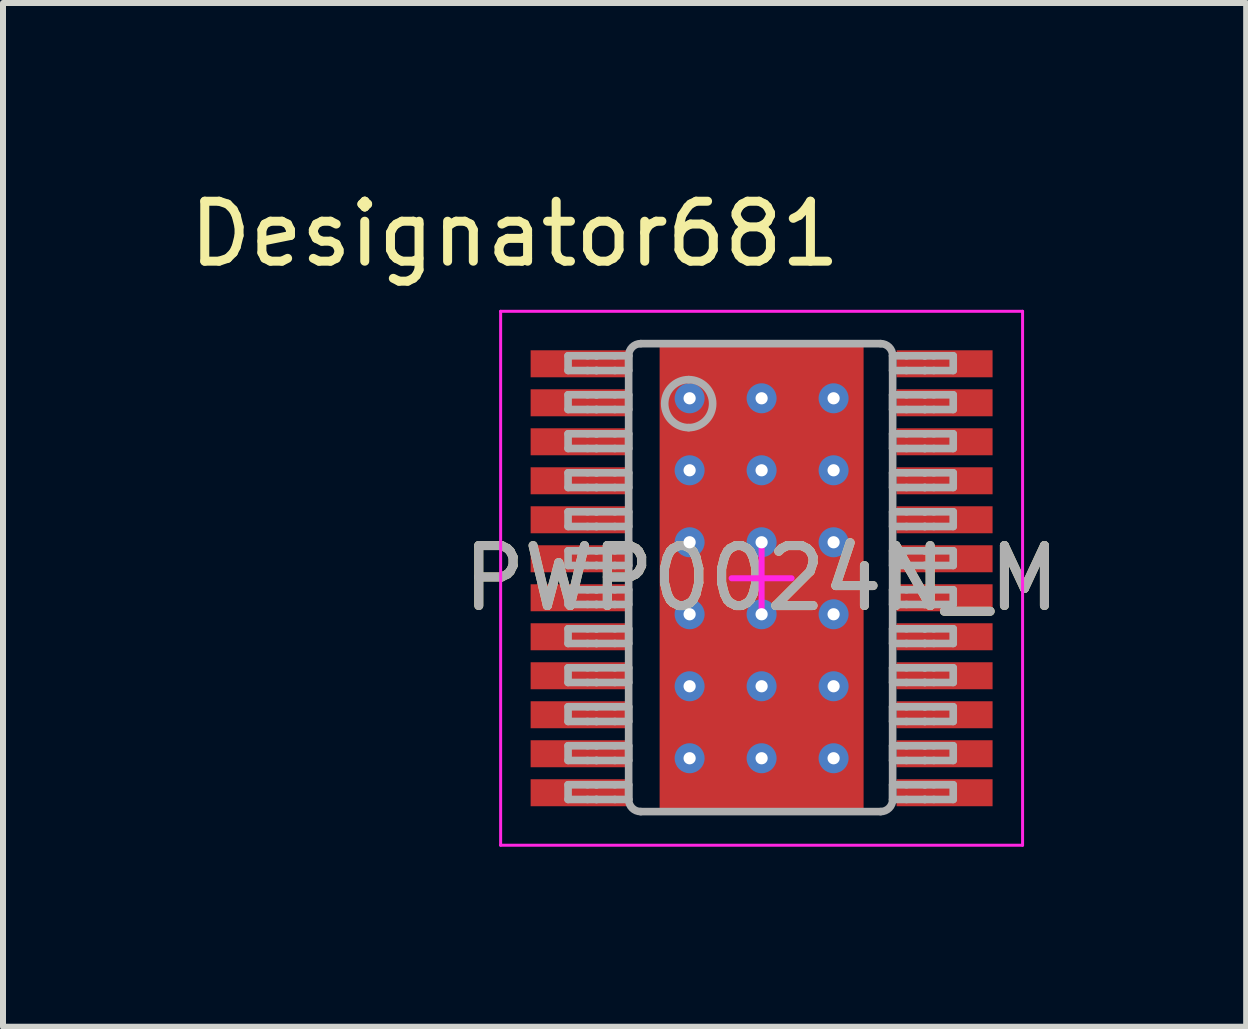
<source format=kicad_pcb>
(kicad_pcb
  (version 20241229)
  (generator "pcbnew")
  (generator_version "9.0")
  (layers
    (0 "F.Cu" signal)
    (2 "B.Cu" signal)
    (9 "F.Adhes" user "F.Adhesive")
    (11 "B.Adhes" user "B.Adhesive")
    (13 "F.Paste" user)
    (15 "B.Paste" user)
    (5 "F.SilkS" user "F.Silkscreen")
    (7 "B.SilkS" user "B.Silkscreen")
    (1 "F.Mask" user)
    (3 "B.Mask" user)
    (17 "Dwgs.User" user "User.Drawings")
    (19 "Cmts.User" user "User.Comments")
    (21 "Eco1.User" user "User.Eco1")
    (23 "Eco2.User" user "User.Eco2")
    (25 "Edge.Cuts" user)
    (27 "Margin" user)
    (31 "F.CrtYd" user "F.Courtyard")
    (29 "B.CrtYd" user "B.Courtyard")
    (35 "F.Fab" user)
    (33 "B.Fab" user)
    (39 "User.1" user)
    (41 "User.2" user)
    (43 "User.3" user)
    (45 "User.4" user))
  (footprint "PWP0024N_M"
    (layer "F.Cu")
    (at 9.645 6.589)
    (property "Reference" "PWP0024N_M" (at 0 0 0) (unlocked yes) (layer "F.SilkS") (effects (font (size 1 1) (thickness 0.15))))
    (attr smd)
    (fp_poly (pts (xy -1.48 1.96) (xy -1.48 -1.96) (xy -1.43 -2.01) (xy 1.43 -2.01) (xy 1.48 -1.96) (xy 1.48 1.96) (xy 1.43 2.01) (xy -1.43 2.01)) (stroke (width 0) (type solid)) (fill yes) (layer "F.Mask"))
    (fp_poly (pts (xy -1.48 1.96) (xy -1.48 -1.96) (xy -1.43 -2.01) (xy 1.43 -2.01) (xy 1.48 -1.96) (xy 1.48 1.96) (xy 1.43 2.01) (xy -1.43 2.01)) (stroke (width 0) (type solid)) (fill yes) (layer "F.Paste"))
    (fp_line (start -4.35 -4.45) (end 4.35 -4.45) (stroke (width 0.05) (type solid)) (layer "F.CrtYd"))
    (fp_line (start -4.35 4.45) (end -4.35 -4.45) (stroke (width 0.05) (type solid)) (layer "F.CrtYd"))
    (fp_line (start -4.35 4.45) (end 4.35 4.45) (stroke (width 0.05) (type solid)) (layer "F.CrtYd"))
    (fp_line (start -0.5 0) (end 0.5 0) (stroke (width 0.1) (type solid)) (layer "F.CrtYd"))
    (fp_line (start -0.000003 0.5) (end -0.000003 -0.5) (stroke (width 0.1) (type solid)) (layer "F.CrtYd"))
    (fp_line (start 4.35 4.45) (end 4.35 -4.45) (stroke (width 0.05) (type solid)) (layer "F.CrtYd"))
    (fp_line (start -3.226 -3.708) (end -2.902 -3.708) (stroke (width 0.127) (type solid)) (layer "F.Fab"))
    (fp_line (start -3.226 -3.463) (end -3.226 -3.708) (stroke (width 0.127) (type solid)) (layer "F.Fab"))
    (fp_line (start -3.226 -3.463) (end -2.902 -3.463) (stroke (width 0.127) (type solid)) (layer "F.Fab"))
    (fp_line (start -3.226 -3.058) (end -2.902 -3.058) (stroke (width 0.127) (type solid)) (layer "F.Fab"))
    (fp_line (start -3.226 -2.813) (end -3.226 -3.058) (stroke (width 0.127) (type solid)) (layer "F.Fab"))
    (fp_line (start -3.226 -2.813) (end -2.902 -2.813) (stroke (width 0.127) (type solid)) (layer "F.Fab"))
    (fp_line (start -3.226 -2.408) (end -2.902 -2.408) (stroke (width 0.127) (type solid)) (layer "F.Fab"))
    (fp_line (start -3.226 -2.163) (end -3.226 -2.408) (stroke (width 0.127) (type solid)) (layer "F.Fab"))
    (fp_line (start -3.226 -2.163) (end -2.902 -2.163) (stroke (width 0.127) (type solid)) (layer "F.Fab"))
    (fp_line (start -3.226 -1.758) (end -2.902 -1.758) (stroke (width 0.127) (type solid)) (layer "F.Fab"))
    (fp_line (start -3.226 -1.513) (end -3.226 -1.758) (stroke (width 0.127) (type solid)) (layer "F.Fab"))
    (fp_line (start -3.226 -1.513) (end -2.902 -1.513) (stroke (width 0.127) (type solid)) (layer "F.Fab"))
    (fp_line (start -3.226 -1.108) (end -2.902 -1.108) (stroke (width 0.127) (type solid)) (layer "F.Fab"))
    (fp_line (start -3.226 -0.863) (end -3.226 -1.108) (stroke (width 0.127) (type solid)) (layer "F.Fab"))
    (fp_line (start -3.226 -0.863) (end -2.902 -0.863) (stroke (width 0.127) (type solid)) (layer "F.Fab"))
    (fp_line (start -3.226 -0.458) (end -2.902 -0.458) (stroke (width 0.127) (type solid)) (layer "F.Fab"))
    (fp_line (start -3.226 -0.213) (end -3.226 -0.458) (stroke (width 0.127) (type solid)) (layer "F.Fab"))
    (fp_line (start -3.226 -0.213) (end -2.902 -0.213) (stroke (width 0.127) (type solid)) (layer "F.Fab"))
    (fp_line (start -3.226 0.192) (end -2.902 0.192) (stroke (width 0.127) (type solid)) (layer "F.Fab"))
    (fp_line (start -3.226 0.437) (end -3.226 0.192) (stroke (width 0.127) (type solid)) (layer "F.Fab"))
    (fp_line (start -3.226 0.437) (end -2.902 0.437) (stroke (width 0.127) (type solid)) (layer "F.Fab"))
    (fp_line (start -3.226 0.842) (end -2.902 0.842) (stroke (width 0.127) (type solid)) (layer "F.Fab"))
    (fp_line (start -3.226 1.087) (end -3.226 0.842) (stroke (width 0.127) (type solid)) (layer "F.Fab"))
    (fp_line (start -3.226 1.087) (end -2.902 1.087) (stroke (width 0.127) (type solid)) (layer "F.Fab"))
    (fp_line (start -3.226 1.492) (end -2.902 1.492) (stroke (width 0.127) (type solid)) (layer "F.Fab"))
    (fp_line (start -3.226 1.737) (end -3.226 1.492) (stroke (width 0.127) (type solid)) (layer "F.Fab"))
    (fp_line (start -3.226 1.737) (end -2.902 1.737) (stroke (width 0.127) (type solid)) (layer "F.Fab"))
    (fp_line (start -3.226 2.142) (end -2.902 2.142) (stroke (width 0.127) (type solid)) (layer "F.Fab"))
    (fp_line (start -3.226 2.387) (end -3.226 2.142) (stroke (width 0.127) (type solid)) (layer "F.Fab"))
    (fp_line (start -3.226 2.387) (end -2.902 2.387) (stroke (width 0.127) (type solid)) (layer "F.Fab"))
    (fp_line (start -3.226 2.792) (end -2.902 2.792) (stroke (width 0.127) (type solid)) (layer "F.Fab"))
    (fp_line (start -3.226 3.037) (end -3.226 2.792) (stroke (width 0.127) (type solid)) (layer "F.Fab"))
    (fp_line (start -3.226 3.037) (end -2.902 3.037) (stroke (width 0.127) (type solid)) (layer "F.Fab"))
    (fp_line (start -3.226 3.442) (end -2.902 3.442) (stroke (width 0.127) (type solid)) (layer "F.Fab"))
    (fp_line (start -3.226 3.687) (end -3.226 3.442) (stroke (width 0.127) (type solid)) (layer "F.Fab"))
    (fp_line (start -3.226 3.687) (end -2.902 3.687) (stroke (width 0.127) (type solid)) (layer "F.Fab"))
    (fp_line (start -2.902 -3.708) (end -2.755 -3.708) (stroke (width 0.127) (type solid)) (layer "F.Fab"))
    (fp_line (start -2.902 -3.463) (end -2.755 -3.463) (stroke (width 0.127) (type solid)) (layer "F.Fab"))
    (fp_line (start -2.902 -3.058) (end -2.755 -3.058) (stroke (width 0.127) (type solid)) (layer "F.Fab"))
    (fp_line (start -2.902 -2.813) (end -2.755 -2.813) (stroke (width 0.127) (type solid)) (layer "F.Fab"))
    (fp_line (start -2.902 -2.408) (end -2.755 -2.408) (stroke (width 0.127) (type solid)) (layer "F.Fab"))
    (fp_line (start -2.902 -2.163) (end -2.755 -2.163) (stroke (width 0.127) (type solid)) (layer "F.Fab"))
    (fp_line (start -2.902 -1.758) (end -2.755 -1.758) (stroke (width 0.127) (type solid)) (layer "F.Fab"))
    (fp_line (start -2.902 -1.513) (end -2.755 -1.513) (stroke (width 0.127) (type solid)) (layer "F.Fab"))
    (fp_line (start -2.902 -1.108) (end -2.755 -1.108) (stroke (width 0.127) (type solid)) (layer "F.Fab"))
    (fp_line (start -2.902 -0.863) (end -2.755 -0.863) (stroke (width 0.127) (type solid)) (layer "F.Fab"))
    (fp_line (start -2.902 -0.458) (end -2.755 -0.458) (stroke (width 0.127) (type solid)) (layer "F.Fab"))
    (fp_line (start -2.902 -0.213) (end -2.755 -0.213) (stroke (width 0.127) (type solid)) (layer "F.Fab"))
    (fp_line (start -2.902 0.192) (end -2.755 0.192) (stroke (width 0.127) (type solid)) (layer "F.Fab"))
    (fp_line (start -2.902 0.437) (end -2.755 0.437) (stroke (width 0.127) (type solid)) (layer "F.Fab"))
    (fp_line (start -2.902 0.842) (end -2.755 0.842) (stroke (width 0.127) (type solid)) (layer "F.Fab"))
    (fp_line (start -2.902 1.087) (end -2.755 1.087) (stroke (width 0.127) (type solid)) (layer "F.Fab"))
    (fp_line (start -2.902 1.492) (end -2.755 1.492) (stroke (width 0.127) (type solid)) (layer "F.Fab"))
    (fp_line (start -2.902 1.737) (end -2.755 1.737) (stroke (width 0.127) (type solid)) (layer "F.Fab"))
    (fp_line (start -2.902 2.142) (end -2.755 2.142) (stroke (width 0.127) (type solid)) (layer "F.Fab"))
    (fp_line (start -2.902 2.387) (end -2.755 2.387) (stroke (width 0.127) (type solid)) (layer "F.Fab"))
    (fp_line (start -2.902 2.792) (end -2.755 2.792) (stroke (width 0.127) (type solid)) (layer "F.Fab"))
    (fp_line (start -2.902 3.037) (end -2.755 3.037) (stroke (width 0.127) (type solid)) (layer "F.Fab"))
    (fp_line (start -2.902 3.442) (end -2.755 3.442) (stroke (width 0.127) (type solid)) (layer "F.Fab"))
    (fp_line (start -2.902 3.687) (end -2.755 3.687) (stroke (width 0.127) (type solid)) (layer "F.Fab"))
    (fp_line (start -2.755 -3.708) (end -2.749 -3.708) (stroke (width 0.127) (type solid)) (layer "F.Fab"))
    (fp_line (start -2.755 -3.463) (end -2.749 -3.463) (stroke (width 0.127) (type solid)) (layer "F.Fab"))
    (fp_line (start -2.755 -3.058) (end -2.749 -3.058) (stroke (width 0.127) (type solid)) (layer "F.Fab"))
    (fp_line (start -2.755 -2.813) (end -2.749 -2.813) (stroke (width 0.127) (type solid)) (layer "F.Fab"))
    (fp_line (start -2.755 -2.408) (end -2.749 -2.408) (stroke (width 0.127) (type solid)) (layer "F.Fab"))
    (fp_line (start -2.755 -2.163) (end -2.749 -2.163) (stroke (width 0.127) (type solid)) (layer "F.Fab"))
    (fp_line (start -2.755 -1.758) (end -2.749 -1.758) (stroke (width 0.127) (type solid)) (layer "F.Fab"))
    (fp_line (start -2.755 -1.513) (end -2.749 -1.513) (stroke (width 0.127) (type solid)) (layer "F.Fab"))
    (fp_line (start -2.755 -1.108) (end -2.749 -1.108) (stroke (width 0.127) (type solid)) (layer "F.Fab"))
    (fp_line (start -2.755 -0.863) (end -2.749 -0.863) (stroke (width 0.127) (type solid)) (layer "F.Fab"))
    (fp_line (start -2.755 -0.458) (end -2.749 -0.458) (stroke (width 0.127) (type solid)) (layer "F.Fab"))
    (fp_line (start -2.755 -0.213) (end -2.749 -0.213) (stroke (width 0.127) (type solid)) (layer "F.Fab"))
    (fp_line (start -2.755 0.192) (end -2.749 0.192) (stroke (width 0.127) (type solid)) (layer "F.Fab"))
    (fp_line (start -2.755 0.437) (end -2.749 0.437) (stroke (width 0.127) (type solid)) (layer "F.Fab"))
    (fp_line (start -2.755 0.842) (end -2.749 0.842) (stroke (width 0.127) (type solid)) (layer "F.Fab"))
    (fp_line (start -2.755 1.087) (end -2.749 1.087) (stroke (width 0.127) (type solid)) (layer "F.Fab"))
    (fp_line (start -2.755 1.492) (end -2.749 1.492) (stroke (width 0.127) (type solid)) (layer "F.Fab"))
    (fp_line (start -2.755 1.737) (end -2.749 1.737) (stroke (width 0.127) (type solid)) (layer "F.Fab"))
    (fp_line (start -2.755 2.142) (end -2.749 2.142) (stroke (width 0.127) (type solid)) (layer "F.Fab"))
    (fp_line (start -2.755 2.387) (end -2.749 2.387) (stroke (width 0.127) (type solid)) (layer "F.Fab"))
    (fp_line (start -2.755 2.792) (end -2.749 2.792) (stroke (width 0.127) (type solid)) (layer "F.Fab"))
    (fp_line (start -2.755 3.037) (end -2.749 3.037) (stroke (width 0.127) (type solid)) (layer "F.Fab"))
    (fp_line (start -2.755 3.442) (end -2.749 3.442) (stroke (width 0.127) (type solid)) (layer "F.Fab"))
    (fp_line (start -2.755 3.687) (end -2.749 3.687) (stroke (width 0.127) (type solid)) (layer "F.Fab"))
    (fp_line (start -2.749 -3.708) (end -2.446 -3.708) (stroke (width 0.127) (type solid)) (layer "F.Fab"))
    (fp_line (start -2.749 -3.463) (end -2.446 -3.463) (stroke (width 0.127) (type solid)) (layer "F.Fab"))
    (fp_line (start -2.749 -3.058) (end -2.446 -3.058) (stroke (width 0.127) (type solid)) (layer "F.Fab"))
    (fp_line (start -2.749 -2.813) (end -2.446 -2.813) (stroke (width 0.127) (type solid)) (layer "F.Fab"))
    (fp_line (start -2.749 -2.408) (end -2.446 -2.408) (stroke (width 0.127) (type solid)) (layer "F.Fab"))
    (fp_line (start -2.749 -2.163) (end -2.446 -2.163) (stroke (width 0.127) (type solid)) (layer "F.Fab"))
    (fp_line (start -2.749 -1.758) (end -2.446 -1.758) (stroke (width 0.127) (type solid)) (layer "F.Fab"))
    (fp_line (start -2.749 -1.513) (end -2.446 -1.513) (stroke (width 0.127) (type solid)) (layer "F.Fab"))
    (fp_line (start -2.749 -1.108) (end -2.446 -1.108) (stroke (width 0.127) (type solid)) (layer "F.Fab"))
    (fp_line (start -2.749 -0.863) (end -2.446 -0.863) (stroke (width 0.127) (type solid)) (layer "F.Fab"))
    (fp_line (start -2.749 -0.458) (end -2.446 -0.458) (stroke (width 0.127) (type solid)) (layer "F.Fab"))
    (fp_line (start -2.749 -0.213) (end -2.446 -0.213) (stroke (width 0.127) (type solid)) (layer "F.Fab"))
    (fp_line (start -2.749 0.192) (end -2.446 0.192) (stroke (width 0.127) (type solid)) (layer "F.Fab"))
    (fp_line (start -2.749 0.437) (end -2.446 0.437) (stroke (width 0.127) (type solid)) (layer "F.Fab"))
    (fp_line (start -2.749 0.842) (end -2.446 0.842) (stroke (width 0.127) (type solid)) (layer "F.Fab"))
    (fp_line (start -2.749 1.087) (end -2.446 1.087) (stroke (width 0.127) (type solid)) (layer "F.Fab"))
    (fp_line (start -2.749 1.492) (end -2.446 1.492) (stroke (width 0.127) (type solid)) (layer "F.Fab"))
    (fp_line (start -2.749 1.737) (end -2.446 1.737) (stroke (width 0.127) (type solid)) (layer "F.Fab"))
    (fp_line (start -2.749 2.142) (end -2.446 2.142) (stroke (width 0.127) (type solid)) (layer "F.Fab"))
    (fp_line (start -2.749 2.387) (end -2.446 2.387) (stroke (width 0.127) (type solid)) (layer "F.Fab"))
    (fp_line (start -2.749 2.792) (end -2.446 2.792) (stroke (width 0.127) (type solid)) (layer "F.Fab"))
    (fp_line (start -2.749 3.037) (end -2.446 3.037) (stroke (width 0.127) (type solid)) (layer "F.Fab"))
    (fp_line (start -2.749 3.442) (end -2.446 3.442) (stroke (width 0.127) (type solid)) (layer "F.Fab"))
    (fp_line (start -2.749 3.687) (end -2.446 3.687) (stroke (width 0.127) (type solid)) (layer "F.Fab"))
    (fp_line (start -2.446 -3.708) (end -2.216 -3.708) (stroke (width 0.127) (type solid)) (layer "F.Fab"))
    (fp_line (start -2.446 -3.463) (end -2.216 -3.463) (stroke (width 0.127) (type solid)) (layer "F.Fab"))
    (fp_line (start -2.446 -3.058) (end -2.216 -3.058) (stroke (width 0.127) (type solid)) (layer "F.Fab"))
    (fp_line (start -2.446 -2.813) (end -2.216 -2.813) (stroke (width 0.127) (type solid)) (layer "F.Fab"))
    (fp_line (start -2.446 -2.408) (end -2.216 -2.408) (stroke (width 0.127) (type solid)) (layer "F.Fab"))
    (fp_line (start -2.446 -2.163) (end -2.216 -2.163) (stroke (width 0.127) (type solid)) (layer "F.Fab"))
    (fp_line (start -2.446 -1.758) (end -2.216 -1.758) (stroke (width 0.127) (type solid)) (layer "F.Fab"))
    (fp_line (start -2.446 -1.513) (end -2.216 -1.513) (stroke (width 0.127) (type solid)) (layer "F.Fab"))
    (fp_line (start -2.446 -1.108) (end -2.216 -1.108) (stroke (width 0.127) (type solid)) (layer "F.Fab"))
    (fp_line (start -2.446 -0.863) (end -2.216 -0.863) (stroke (width 0.127) (type solid)) (layer "F.Fab"))
    (fp_line (start -2.446 -0.458) (end -2.216 -0.458) (stroke (width 0.127) (type solid)) (layer "F.Fab"))
    (fp_line (start -2.446 -0.213) (end -2.216 -0.213) (stroke (width 0.127) (type solid)) (layer "F.Fab"))
    (fp_line (start -2.446 0.192) (end -2.216 0.192) (stroke (width 0.127) (type solid)) (layer "F.Fab"))
    (fp_line (start -2.446 0.437) (end -2.216 0.437) (stroke (width 0.127) (type solid)) (layer "F.Fab"))
    (fp_line (start -2.446 0.842) (end -2.216 0.842) (stroke (width 0.127) (type solid)) (layer "F.Fab"))
    (fp_line (start -2.446 1.087) (end -2.216 1.087) (stroke (width 0.127) (type solid)) (layer "F.Fab"))
    (fp_line (start -2.446 1.492) (end -2.216 1.492) (stroke (width 0.127) (type solid)) (layer "F.Fab"))
    (fp_line (start -2.446 1.737) (end -2.216 1.737) (stroke (width 0.127) (type solid)) (layer "F.Fab"))
    (fp_line (start -2.446 2.142) (end -2.216 2.142) (stroke (width 0.127) (type solid)) (layer "F.Fab"))
    (fp_line (start -2.446 2.387) (end -2.216 2.387) (stroke (width 0.127) (type solid)) (layer "F.Fab"))
    (fp_line (start -2.446 2.792) (end -2.216 2.792) (stroke (width 0.127) (type solid)) (layer "F.Fab"))
    (fp_line (start -2.446 3.037) (end -2.216 3.037) (stroke (width 0.127) (type solid)) (layer "F.Fab"))
    (fp_line (start -2.446 3.442) (end -2.216 3.442) (stroke (width 0.127) (type solid)) (layer "F.Fab"))
    (fp_line (start -2.446 3.687) (end -2.216 3.687) (stroke (width 0.127) (type solid)) (layer "F.Fab"))
    (fp_line (start -2.216 -3.463) (end -2.216 -3.708) (stroke (width 0.127) (type solid)) (layer "F.Fab"))
    (fp_line (start -2.216 -2.813) (end -2.216 -3.058) (stroke (width 0.127) (type solid)) (layer "F.Fab"))
    (fp_line (start -2.216 -2.163) (end -2.216 -2.408) (stroke (width 0.127) (type solid)) (layer "F.Fab"))
    (fp_line (start -2.216 -1.513) (end -2.216 -1.758) (stroke (width 0.127) (type solid)) (layer "F.Fab"))
    (fp_line (start -2.216 -0.863) (end -2.216 -1.108) (stroke (width 0.127) (type solid)) (layer "F.Fab"))
    (fp_line (start -2.216 -0.213) (end -2.216 -0.458) (stroke (width 0.127) (type solid)) (layer "F.Fab"))
    (fp_line (start -2.216 0.437) (end -2.216 0.192) (stroke (width 0.127) (type solid)) (layer "F.Fab"))
    (fp_line (start -2.216 1.087) (end -2.216 0.842) (stroke (width 0.127) (type solid)) (layer "F.Fab"))
    (fp_line (start -2.216 1.737) (end -2.216 1.492) (stroke (width 0.127) (type solid)) (layer "F.Fab"))
    (fp_line (start -2.216 2.387) (end -2.216 2.142) (stroke (width 0.127) (type solid)) (layer "F.Fab"))
    (fp_line (start -2.216 3.037) (end -2.216 2.792) (stroke (width 0.127) (type solid)) (layer "F.Fab"))
    (fp_line (start -2.216 3.687) (end -2.216 3.442) (stroke (width 0.127) (type solid)) (layer "F.Fab"))
    (fp_line (start -2.216 3.689) (end -2.216 -3.711) (stroke (width 0.127) (type solid)) (layer "F.Fab"))
    (fp_line (start -2.016 -3.911) (end 1.984 -3.911) (stroke (width 0.127) (type solid)) (layer "F.Fab"))
    (fp_line (start -2.016 3.889) (end 1.984 3.889) (stroke (width 0.127) (type solid)) (layer "F.Fab"))
    (fp_line (start 2.184 -3.708) (end 2.415 -3.708) (stroke (width 0.127) (type solid)) (layer "F.Fab"))
    (fp_line (start 2.184 -3.463) (end 2.184 -3.708) (stroke (width 0.127) (type solid)) (layer "F.Fab"))
    (fp_line (start 2.184 -3.463) (end 2.415 -3.463) (stroke (width 0.127) (type solid)) (layer "F.Fab"))
    (fp_line (start 2.184 -3.058) (end 2.415 -3.058) (stroke (width 0.127) (type solid)) (layer "F.Fab"))
    (fp_line (start 2.184 -2.813) (end 2.184 -3.058) (stroke (width 0.127) (type solid)) (layer "F.Fab"))
    (fp_line (start 2.184 -2.813) (end 2.415 -2.813) (stroke (width 0.127) (type solid)) (layer "F.Fab"))
    (fp_line (start 2.184 -2.408) (end 2.415 -2.408) (stroke (width 0.127) (type solid)) (layer "F.Fab"))
    (fp_line (start 2.184 -2.163) (end 2.184 -2.408) (stroke (width 0.127) (type solid)) (layer "F.Fab"))
    (fp_line (start 2.184 -2.163) (end 2.415 -2.163) (stroke (width 0.127) (type solid)) (layer "F.Fab"))
    (fp_line (start 2.184 -1.758) (end 2.415 -1.758) (stroke (width 0.127) (type solid)) (layer "F.Fab"))
    (fp_line (start 2.184 -1.513) (end 2.184 -1.758) (stroke (width 0.127) (type solid)) (layer "F.Fab"))
    (fp_line (start 2.184 -1.513) (end 2.415 -1.513) (stroke (width 0.127) (type solid)) (layer "F.Fab"))
    (fp_line (start 2.184 -1.108) (end 2.415 -1.108) (stroke (width 0.127) (type solid)) (layer "F.Fab"))
    (fp_line (start 2.184 -0.863) (end 2.184 -1.108) (stroke (width 0.127) (type solid)) (layer "F.Fab"))
    (fp_line (start 2.184 -0.863) (end 2.415 -0.863) (stroke (width 0.127) (type solid)) (layer "F.Fab"))
    (fp_line (start 2.184 -0.458) (end 2.415 -0.458) (stroke (width 0.127) (type solid)) (layer "F.Fab"))
    (fp_line (start 2.184 -0.213) (end 2.184 -0.458) (stroke (width 0.127) (type solid)) (layer "F.Fab"))
    (fp_line (start 2.184 -0.213) (end 2.415 -0.213) (stroke (width 0.127) (type solid)) (layer "F.Fab"))
    (fp_line (start 2.184 0.192) (end 2.415 0.192) (stroke (width 0.127) (type solid)) (layer "F.Fab"))
    (fp_line (start 2.184 0.437) (end 2.184 0.192) (stroke (width 0.127) (type solid)) (layer "F.Fab"))
    (fp_line (start 2.184 0.437) (end 2.415 0.437) (stroke (width 0.127) (type solid)) (layer "F.Fab"))
    (fp_line (start 2.184 0.842) (end 2.415 0.842) (stroke (width 0.127) (type solid)) (layer "F.Fab"))
    (fp_line (start 2.184 1.087) (end 2.184 0.842) (stroke (width 0.127) (type solid)) (layer "F.Fab"))
    (fp_line (start 2.184 1.087) (end 2.415 1.087) (stroke (width 0.127) (type solid)) (layer "F.Fab"))
    (fp_line (start 2.184 1.492) (end 2.415 1.492) (stroke (width 0.127) (type solid)) (layer "F.Fab"))
    (fp_line (start 2.184 1.737) (end 2.184 1.492) (stroke (width 0.127) (type solid)) (layer "F.Fab"))
    (fp_line (start 2.184 1.737) (end 2.415 1.737) (stroke (width 0.127) (type solid)) (layer "F.Fab"))
    (fp_line (start 2.184 2.142) (end 2.415 2.142) (stroke (width 0.127) (type solid)) (layer "F.Fab"))
    (fp_line (start 2.184 2.387) (end 2.184 2.142) (stroke (width 0.127) (type solid)) (layer "F.Fab"))
    (fp_line (start 2.184 2.387) (end 2.415 2.387) (stroke (width 0.127) (type solid)) (layer "F.Fab"))
    (fp_line (start 2.184 2.792) (end 2.415 2.792) (stroke (width 0.127) (type solid)) (layer "F.Fab"))
    (fp_line (start 2.184 3.037) (end 2.184 2.792) (stroke (width 0.127) (type solid)) (layer "F.Fab"))
    (fp_line (start 2.184 3.037) (end 2.415 3.037) (stroke (width 0.127) (type solid)) (layer "F.Fab"))
    (fp_line (start 2.184 3.442) (end 2.415 3.442) (stroke (width 0.127) (type solid)) (layer "F.Fab"))
    (fp_line (start 2.184 3.687) (end 2.184 3.442) (stroke (width 0.127) (type solid)) (layer "F.Fab"))
    (fp_line (start 2.184 3.687) (end 2.415 3.687) (stroke (width 0.127) (type solid)) (layer "F.Fab"))
    (fp_line (start 2.184 3.689) (end 2.184 -3.711) (stroke (width 0.127) (type solid)) (layer "F.Fab"))
    (fp_line (start 2.415 -3.708) (end 2.718 -3.708) (stroke (width 0.127) (type solid)) (layer "F.Fab"))
    (fp_line (start 2.415 -3.463) (end 2.718 -3.463) (stroke (width 0.127) (type solid)) (layer "F.Fab"))
    (fp_line (start 2.415 -3.058) (end 2.718 -3.058) (stroke (width 0.127) (type solid)) (layer "F.Fab"))
    (fp_line (start 2.415 -2.813) (end 2.718 -2.813) (stroke (width 0.127) (type solid)) (layer "F.Fab"))
    (fp_line (start 2.415 -2.408) (end 2.718 -2.408) (stroke (width 0.127) (type solid)) (layer "F.Fab"))
    (fp_line (start 2.415 -2.163) (end 2.718 -2.163) (stroke (width 0.127) (type solid)) (layer "F.Fab"))
    (fp_line (start 2.415 -1.758) (end 2.718 -1.758) (stroke (width 0.127) (type solid)) (layer "F.Fab"))
    (fp_line (start 2.415 -1.513) (end 2.718 -1.513) (stroke (width 0.127) (type solid)) (layer "F.Fab"))
    (fp_line (start 2.415 -1.108) (end 2.718 -1.108) (stroke (width 0.127) (type solid)) (layer "F.Fab"))
    (fp_line (start 2.415 -0.863) (end 2.718 -0.863) (stroke (width 0.127) (type solid)) (layer "F.Fab"))
    (fp_line (start 2.415 -0.458) (end 2.718 -0.458) (stroke (width 0.127) (type solid)) (layer "F.Fab"))
    (fp_line (start 2.415 -0.213) (end 2.718 -0.213) (stroke (width 0.127) (type solid)) (layer "F.Fab"))
    (fp_line (start 2.415 0.192) (end 2.718 0.192) (stroke (width 0.127) (type solid)) (layer "F.Fab"))
    (fp_line (start 2.415 0.437) (end 2.718 0.437) (stroke (width 0.127) (type solid)) (layer "F.Fab"))
    (fp_line (start 2.415 0.842) (end 2.718 0.842) (stroke (width 0.127) (type solid)) (layer "F.Fab"))
    (fp_line (start 2.415 1.087) (end 2.718 1.087) (stroke (width 0.127) (type solid)) (layer "F.Fab"))
    (fp_line (start 2.415 1.492) (end 2.718 1.492) (stroke (width 0.127) (type solid)) (layer "F.Fab"))
    (fp_line (start 2.415 1.737) (end 2.718 1.737) (stroke (width 0.127) (type solid)) (layer "F.Fab"))
    (fp_line (start 2.415 2.142) (end 2.718 2.142) (stroke (width 0.127) (type solid)) (layer "F.Fab"))
    (fp_line (start 2.415 2.387) (end 2.718 2.387) (stroke (width 0.127) (type solid)) (layer "F.Fab"))
    (fp_line (start 2.415 2.792) (end 2.718 2.792) (stroke (width 0.127) (type solid)) (layer "F.Fab"))
    (fp_line (start 2.415 3.037) (end 2.718 3.037) (stroke (width 0.127) (type solid)) (layer "F.Fab"))
    (fp_line (start 2.415 3.442) (end 2.718 3.442) (stroke (width 0.127) (type solid)) (layer "F.Fab"))
    (fp_line (start 2.415 3.687) (end 2.718 3.687) (stroke (width 0.127) (type solid)) (layer "F.Fab"))
    (fp_line (start 2.718 -3.708) (end 2.723 -3.708) (stroke (width 0.127) (type solid)) (layer "F.Fab"))
    (fp_line (start 2.718 -3.463) (end 2.723 -3.463) (stroke (width 0.127) (type solid)) (layer "F.Fab"))
    (fp_line (start 2.718 -3.058) (end 2.723 -3.058) (stroke (width 0.127) (type solid)) (layer "F.Fab"))
    (fp_line (start 2.718 -2.813) (end 2.723 -2.813) (stroke (width 0.127) (type solid)) (layer "F.Fab"))
    (fp_line (start 2.718 -2.408) (end 2.723 -2.408) (stroke (width 0.127) (type solid)) (layer "F.Fab"))
    (fp_line (start 2.718 -2.163) (end 2.723 -2.163) (stroke (width 0.127) (type solid)) (layer "F.Fab"))
    (fp_line (start 2.718 -1.758) (end 2.723 -1.758) (stroke (width 0.127) (type solid)) (layer "F.Fab"))
    (fp_line (start 2.718 -1.513) (end 2.723 -1.513) (stroke (width 0.127) (type solid)) (layer "F.Fab"))
    (fp_line (start 2.718 -1.108) (end 2.723 -1.108) (stroke (width 0.127) (type solid)) (layer "F.Fab"))
    (fp_line (start 2.718 -0.863) (end 2.723 -0.863) (stroke (width 0.127) (type solid)) (layer "F.Fab"))
    (fp_line (start 2.718 -0.458) (end 2.723 -0.458) (stroke (width 0.127) (type solid)) (layer "F.Fab"))
    (fp_line (start 2.718 -0.213) (end 2.723 -0.213) (stroke (width 0.127) (type solid)) (layer "F.Fab"))
    (fp_line (start 2.718 0.192) (end 2.723 0.192) (stroke (width 0.127) (type solid)) (layer "F.Fab"))
    (fp_line (start 2.718 0.437) (end 2.723 0.437) (stroke (width 0.127) (type solid)) (layer "F.Fab"))
    (fp_line (start 2.718 0.842) (end 2.723 0.842) (stroke (width 0.127) (type solid)) (layer "F.Fab"))
    (fp_line (start 2.718 1.087) (end 2.723 1.087) (stroke (width 0.127) (type solid)) (layer "F.Fab"))
    (fp_line (start 2.718 1.492) (end 2.723 1.492) (stroke (width 0.127) (type solid)) (layer "F.Fab"))
    (fp_line (start 2.718 1.737) (end 2.723 1.737) (stroke (width 0.127) (type solid)) (layer "F.Fab"))
    (fp_line (start 2.718 2.142) (end 2.723 2.142) (stroke (width 0.127) (type solid)) (layer "F.Fab"))
    (fp_line (start 2.718 2.387) (end 2.723 2.387) (stroke (width 0.127) (type solid)) (layer "F.Fab"))
    (fp_line (start 2.718 2.792) (end 2.723 2.792) (stroke (width 0.127) (type solid)) (layer "F.Fab"))
    (fp_line (start 2.718 3.037) (end 2.723 3.037) (stroke (width 0.127) (type solid)) (layer "F.Fab"))
    (fp_line (start 2.718 3.442) (end 2.723 3.442) (stroke (width 0.127) (type solid)) (layer "F.Fab"))
    (fp_line (start 2.718 3.687) (end 2.723 3.687) (stroke (width 0.127) (type solid)) (layer "F.Fab"))
    (fp_line (start 2.723 -3.708) (end 2.871 -3.708) (stroke (width 0.127) (type solid)) (layer "F.Fab"))
    (fp_line (start 2.723 -3.463) (end 2.871 -3.463) (stroke (width 0.127) (type solid)) (layer "F.Fab"))
    (fp_line (start 2.723 -3.058) (end 2.871 -3.058) (stroke (width 0.127) (type solid)) (layer "F.Fab"))
    (fp_line (start 2.723 -2.813) (end 2.871 -2.813) (stroke (width 0.127) (type solid)) (layer "F.Fab"))
    (fp_line (start 2.723 -2.408) (end 2.871 -2.408) (stroke (width 0.127) (type solid)) (layer "F.Fab"))
    (fp_line (start 2.723 -2.163) (end 2.871 -2.163) (stroke (width 0.127) (type solid)) (layer "F.Fab"))
    (fp_line (start 2.723 -1.758) (end 2.871 -1.758) (stroke (width 0.127) (type solid)) (layer "F.Fab"))
    (fp_line (start 2.723 -1.513) (end 2.871 -1.513) (stroke (width 0.127) (type solid)) (layer "F.Fab"))
    (fp_line (start 2.723 -1.108) (end 2.871 -1.108) (stroke (width 0.127) (type solid)) (layer "F.Fab"))
    (fp_line (start 2.723 -0.863) (end 2.871 -0.863) (stroke (width 0.127) (type solid)) (layer "F.Fab"))
    (fp_line (start 2.723 -0.458) (end 2.871 -0.458) (stroke (width 0.127) (type solid)) (layer "F.Fab"))
    (fp_line (start 2.723 -0.213) (end 2.871 -0.213) (stroke (width 0.127) (type solid)) (layer "F.Fab"))
    (fp_line (start 2.723 0.192) (end 2.871 0.192) (stroke (width 0.127) (type solid)) (layer "F.Fab"))
    (fp_line (start 2.723 0.437) (end 2.871 0.437) (stroke (width 0.127) (type solid)) (layer "F.Fab"))
    (fp_line (start 2.723 0.842) (end 2.871 0.842) (stroke (width 0.127) (type solid)) (layer "F.Fab"))
    (fp_line (start 2.723 1.087) (end 2.871 1.087) (stroke (width 0.127) (type solid)) (layer "F.Fab"))
    (fp_line (start 2.723 1.492) (end 2.871 1.492) (stroke (width 0.127) (type solid)) (layer "F.Fab"))
    (fp_line (start 2.723 1.737) (end 2.871 1.737) (stroke (width 0.127) (type solid)) (layer "F.Fab"))
    (fp_line (start 2.723 2.142) (end 2.871 2.142) (stroke (width 0.127) (type solid)) (layer "F.Fab"))
    (fp_line (start 2.723 2.387) (end 2.871 2.387) (stroke (width 0.127) (type solid)) (layer "F.Fab"))
    (fp_line (start 2.723 2.792) (end 2.871 2.792) (stroke (width 0.127) (type solid)) (layer "F.Fab"))
    (fp_line (start 2.723 3.037) (end 2.871 3.037) (stroke (width 0.127) (type solid)) (layer "F.Fab"))
    (fp_line (start 2.723 3.442) (end 2.871 3.442) (stroke (width 0.127) (type solid)) (layer "F.Fab"))
    (fp_line (start 2.723 3.687) (end 2.871 3.687) (stroke (width 0.127) (type solid)) (layer "F.Fab"))
    (fp_line (start 2.871 -3.708) (end 3.194 -3.708) (stroke (width 0.127) (type solid)) (layer "F.Fab"))
    (fp_line (start 2.871 -3.463) (end 3.194 -3.463) (stroke (width 0.127) (type solid)) (layer "F.Fab"))
    (fp_line (start 2.871 -3.058) (end 3.194 -3.058) (stroke (width 0.127) (type solid)) (layer "F.Fab"))
    (fp_line (start 2.871 -2.813) (end 3.194 -2.813) (stroke (width 0.127) (type solid)) (layer "F.Fab"))
    (fp_line (start 2.871 -2.408) (end 3.194 -2.408) (stroke (width 0.127) (type solid)) (layer "F.Fab"))
    (fp_line (start 2.871 -2.163) (end 3.194 -2.163) (stroke (width 0.127) (type solid)) (layer "F.Fab"))
    (fp_line (start 2.871 -1.758) (end 3.194 -1.758) (stroke (width 0.127) (type solid)) (layer "F.Fab"))
    (fp_line (start 2.871 -1.513) (end 3.194 -1.513) (stroke (width 0.127) (type solid)) (layer "F.Fab"))
    (fp_line (start 2.871 -1.108) (end 3.194 -1.108) (stroke (width 0.127) (type solid)) (layer "F.Fab"))
    (fp_line (start 2.871 -0.863) (end 3.194 -0.863) (stroke (width 0.127) (type solid)) (layer "F.Fab"))
    (fp_line (start 2.871 -0.458) (end 3.194 -0.458) (stroke (width 0.127) (type solid)) (layer "F.Fab"))
    (fp_line (start 2.871 -0.213) (end 3.194 -0.213) (stroke (width 0.127) (type solid)) (layer "F.Fab"))
    (fp_line (start 2.871 0.192) (end 3.194 0.192) (stroke (width 0.127) (type solid)) (layer "F.Fab"))
    (fp_line (start 2.871 0.437) (end 3.194 0.437) (stroke (width 0.127) (type solid)) (layer "F.Fab"))
    (fp_line (start 2.871 0.842) (end 3.194 0.842) (stroke (width 0.127) (type solid)) (layer "F.Fab"))
    (fp_line (start 2.871 1.087) (end 3.194 1.087) (stroke (width 0.127) (type solid)) (layer "F.Fab"))
    (fp_line (start 2.871 1.492) (end 3.194 1.492) (stroke (width 0.127) (type solid)) (layer "F.Fab"))
    (fp_line (start 2.871 1.737) (end 3.194 1.737) (stroke (width 0.127) (type solid)) (layer "F.Fab"))
    (fp_line (start 2.871 2.142) (end 3.194 2.142) (stroke (width 0.127) (type solid)) (layer "F.Fab"))
    (fp_line (start 2.871 2.387) (end 3.194 2.387) (stroke (width 0.127) (type solid)) (layer "F.Fab"))
    (fp_line (start 2.871 2.792) (end 3.194 2.792) (stroke (width 0.127) (type solid)) (layer "F.Fab"))
    (fp_line (start 2.871 3.037) (end 3.194 3.037) (stroke (width 0.127) (type solid)) (layer "F.Fab"))
    (fp_line (start 2.871 3.442) (end 3.194 3.442) (stroke (width 0.127) (type solid)) (layer "F.Fab"))
    (fp_line (start 2.871 3.687) (end 3.194 3.687) (stroke (width 0.127) (type solid)) (layer "F.Fab"))
    (fp_line (start 3.194 -3.463) (end 3.194 -3.708) (stroke (width 0.127) (type solid)) (layer "F.Fab"))
    (fp_line (start 3.194 -2.813) (end 3.194 -3.058) (stroke (width 0.127) (type solid)) (layer "F.Fab"))
    (fp_line (start 3.194 -2.163) (end 3.194 -2.408) (stroke (width 0.127) (type solid)) (layer "F.Fab"))
    (fp_line (start 3.194 -1.513) (end 3.194 -1.758) (stroke (width 0.127) (type solid)) (layer "F.Fab"))
    (fp_line (start 3.194 -0.863) (end 3.194 -1.108) (stroke (width 0.127) (type solid)) (layer "F.Fab"))
    (fp_line (start 3.194 -0.213) (end 3.194 -0.458) (stroke (width 0.127) (type solid)) (layer "F.Fab"))
    (fp_line (start 3.194 0.437) (end 3.194 0.192) (stroke (width 0.127) (type solid)) (layer "F.Fab"))
    (fp_line (start 3.194 1.087) (end 3.194 0.842) (stroke (width 0.127) (type solid)) (layer "F.Fab"))
    (fp_line (start 3.194 1.737) (end 3.194 1.492) (stroke (width 0.127) (type solid)) (layer "F.Fab"))
    (fp_line (start 3.194 2.387) (end 3.194 2.142) (stroke (width 0.127) (type solid)) (layer "F.Fab"))
    (fp_line (start 3.194 3.037) (end 3.194 2.792) (stroke (width 0.127) (type solid)) (layer "F.Fab"))
    (fp_line (start 3.194 3.687) (end 3.194 3.442) (stroke (width 0.127) (type solid)) (layer "F.Fab"))
    (fp_arc (start -2.215693 -3.710914) (mid -2.157114 -3.852336) (end -2.015693 -3.910914) (stroke (width 0.127) (type solid)) (layer "F.Fab"))
    (fp_arc (start -2.015693 3.889096) (mid -2.157114 3.830517) (end -2.215693 3.689096) (stroke (width 0.127) (type solid)) (layer "F.Fab"))
    (fp_arc (start -1.215695 -3.310915) (mid -0.815696 -2.910916) (end -1.215695 -2.510917) (stroke (width 0.127) (type solid)) (layer "F.Fab"))
    (fp_arc (start -1.215695 -2.510917) (mid -1.615694 -2.910916) (end -1.215695 -3.310915) (stroke (width 0.127) (type solid)) (layer "F.Fab"))
    (fp_arc (start 1.984299 -3.910914) (mid 2.12572 -3.852336) (end 2.184298 -3.710915) (stroke (width 0.127) (type solid)) (layer "F.Fab"))
    (fp_arc (start 2.184298 3.689096) (mid 2.12572 3.830517) (end 1.984299 3.889096) (stroke (width 0.127) (type solid)) (layer "F.Fab"))
    (fp_text user "Designator681" (at -4.115 -5.74 0) (unlocked yes) (layer "F.SilkS") (effects (font (size 1 1) (thickness 0.15))))
    (fp_text user "${REFERENCE}" (at 0 0 0) (unlocked yes) (layer "F.Fab") (effects (font (size 1 1) (thickness 0.15))))
    (pad "1" smd rect (at -3.05 -3.575 90) (size 0.45 1.6) (layers "F.Cu" "F.Mask" "F.Paste"))
    (pad "2" smd rect (at -3.05 -2.925 90) (size 0.45 1.6) (layers "F.Cu" "F.Mask" "F.Paste"))
    (pad "3" smd rect (at -3.05 -2.275 90) (size 0.45 1.6) (layers "F.Cu" "F.Mask" "F.Paste"))
    (pad "4" smd rect (at -3.05 -1.625 90) (size 0.45 1.6) (layers "F.Cu" "F.Mask" "F.Paste"))
    (pad "5" smd rect (at -3.05 -0.975 90) (size 0.45 1.6) (layers "F.Cu" "F.Mask" "F.Paste"))
    (pad "6" smd rect (at -3.05 -0.325 90) (size 0.45 1.6) (layers "F.Cu" "F.Mask" "F.Paste"))
    (pad "7" smd rect (at -3.05 0.325 90) (size 0.45 1.6) (layers "F.Cu" "F.Mask" "F.Paste"))
    (pad "8" smd rect (at -3.05 0.975 90) (size 0.45 1.6) (layers "F.Cu" "F.Mask" "F.Paste"))
    (pad "9" smd rect (at -3.05 1.625 90) (size 0.45 1.6) (layers "F.Cu" "F.Mask" "F.Paste"))
    (pad "10" smd rect (at -3.05 2.275 90) (size 0.45 1.6) (layers "F.Cu" "F.Mask" "F.Paste"))
    (pad "11" smd rect (at -3.05 2.925 90) (size 0.45 1.6) (layers "F.Cu" "F.Mask" "F.Paste"))
    (pad "12" smd rect (at -3.05 3.575 90) (size 0.45 1.6) (layers "F.Cu" "F.Mask" "F.Paste"))
    (pad "13" smd rect (at 3.05 3.575 90) (size 0.45 1.6) (layers "F.Cu" "F.Mask" "F.Paste"))
    (pad "14" smd rect (at 3.05 2.925 90) (size 0.45 1.6) (layers "F.Cu" "F.Mask" "F.Paste"))
    (pad "15" smd rect (at 3.05 2.275 90) (size 0.45 1.6) (layers "F.Cu" "F.Mask" "F.Paste"))
    (pad "16" smd rect (at 3.05 1.625 90) (size 0.45 1.6) (layers "F.Cu" "F.Mask" "F.Paste"))
    (pad "17" smd rect (at 3.05 0.975 90) (size 0.45 1.6) (layers "F.Cu" "F.Mask" "F.Paste"))
    (pad "18" smd rect (at 3.05 0.325 90) (size 0.45 1.6) (layers "F.Cu" "F.Mask" "F.Paste"))
    (pad "19" smd rect (at 3.05 -0.325 90) (size 0.45 1.6) (layers "F.Cu" "F.Mask" "F.Paste"))
    (pad "20" smd rect (at 3.05 -0.975 90) (size 0.45 1.6) (layers "F.Cu" "F.Mask" "F.Paste"))
    (pad "21" smd rect (at 3.05 -1.625 90) (size 0.45 1.6) (layers "F.Cu" "F.Mask" "F.Paste"))
    (pad "22" smd rect (at 3.05 -2.275 90) (size 0.45 1.6) (layers "F.Cu" "F.Mask" "F.Paste"))
    (pad "23" smd rect (at 3.05 -2.925 90) (size 0.45 1.6) (layers "F.Cu" "F.Mask" "F.Paste"))
    (pad "24" smd rect (at 3.05 -3.575 90) (size 0.45 1.6) (layers "F.Cu" "F.Mask" "F.Paste"))
    (pad "25" smd rect (at 0 0) (size 3.4 7.8) (layers "F.Cu"))
    (pad "V" thru_hole circle (at -1.2 -3) (size 0.5 0.5) (drill 0.203) (layers "*.Cu" "*.Mask"))
    (pad "V" thru_hole circle (at -1.2 -1.8) (size 0.5 0.5) (drill 0.203) (layers "*.Cu" "*.Mask"))
    (pad "V" thru_hole circle (at -1.2 -0.6) (size 0.5 0.5) (drill 0.203) (layers "*.Cu" "*.Mask"))
    (pad "V" thru_hole circle (at -1.2 0.6) (size 0.5 0.5) (drill 0.203) (layers "*.Cu" "*.Mask"))
    (pad "V" thru_hole circle (at -1.2 1.8) (size 0.5 0.5) (drill 0.203) (layers "*.Cu" "*.Mask"))
    (pad "V" thru_hole circle (at -1.2 3) (size 0.5 0.5) (drill 0.203) (layers "*.Cu" "*.Mask"))
    (pad "V" thru_hole circle (at 0 -3) (size 0.5 0.5) (drill 0.203) (layers "*.Cu" "*.Mask"))
    (pad "V" thru_hole circle (at 0 -1.8) (size 0.5 0.5) (drill 0.203) (layers "*.Cu" "*.Mask"))
    (pad "V" thru_hole circle (at 0 -0.6) (size 0.5 0.5) (drill 0.203) (layers "*.Cu" "*.Mask"))
    (pad "V" thru_hole circle (at 0 0.6) (size 0.5 0.5) (drill 0.203) (layers "*.Cu" "*.Mask"))
    (pad "V" thru_hole circle (at 0 1.8) (size 0.5 0.5) (drill 0.203) (layers "*.Cu" "*.Mask"))
    (pad "V" thru_hole circle (at 0 3) (size 0.5 0.5) (drill 0.203) (layers "*.Cu" "*.Mask"))
    (pad "V" thru_hole circle (at 1.2 -3) (size 0.5 0.5) (drill 0.203) (layers "*.Cu" "*.Mask"))
    (pad "V" thru_hole circle (at 1.2 -1.8) (size 0.5 0.5) (drill 0.203) (layers "*.Cu" "*.Mask"))
    (pad "V" thru_hole circle (at 1.2 -0.6) (size 0.5 0.5) (drill 0.203) (layers "*.Cu" "*.Mask"))
    (pad "V" thru_hole circle (at 1.2 0.6) (size 0.5 0.5) (drill 0.203) (layers "*.Cu" "*.Mask"))
    (pad "V" thru_hole circle (at 1.2 1.8) (size 0.5 0.5) (drill 0.203) (layers "*.Cu" "*.Mask"))
    (pad "V" thru_hole circle (at 1.2 3) (size 0.5 0.5) (drill 0.203) (layers "*.Cu" "*.Mask")))
  (gr_rect
    (start -3 -3)
    (end 17.722 14.064)
    (stroke (width 0.1) (type default))
    (fill no)
    (layer "Edge.Cuts")))
</source>
